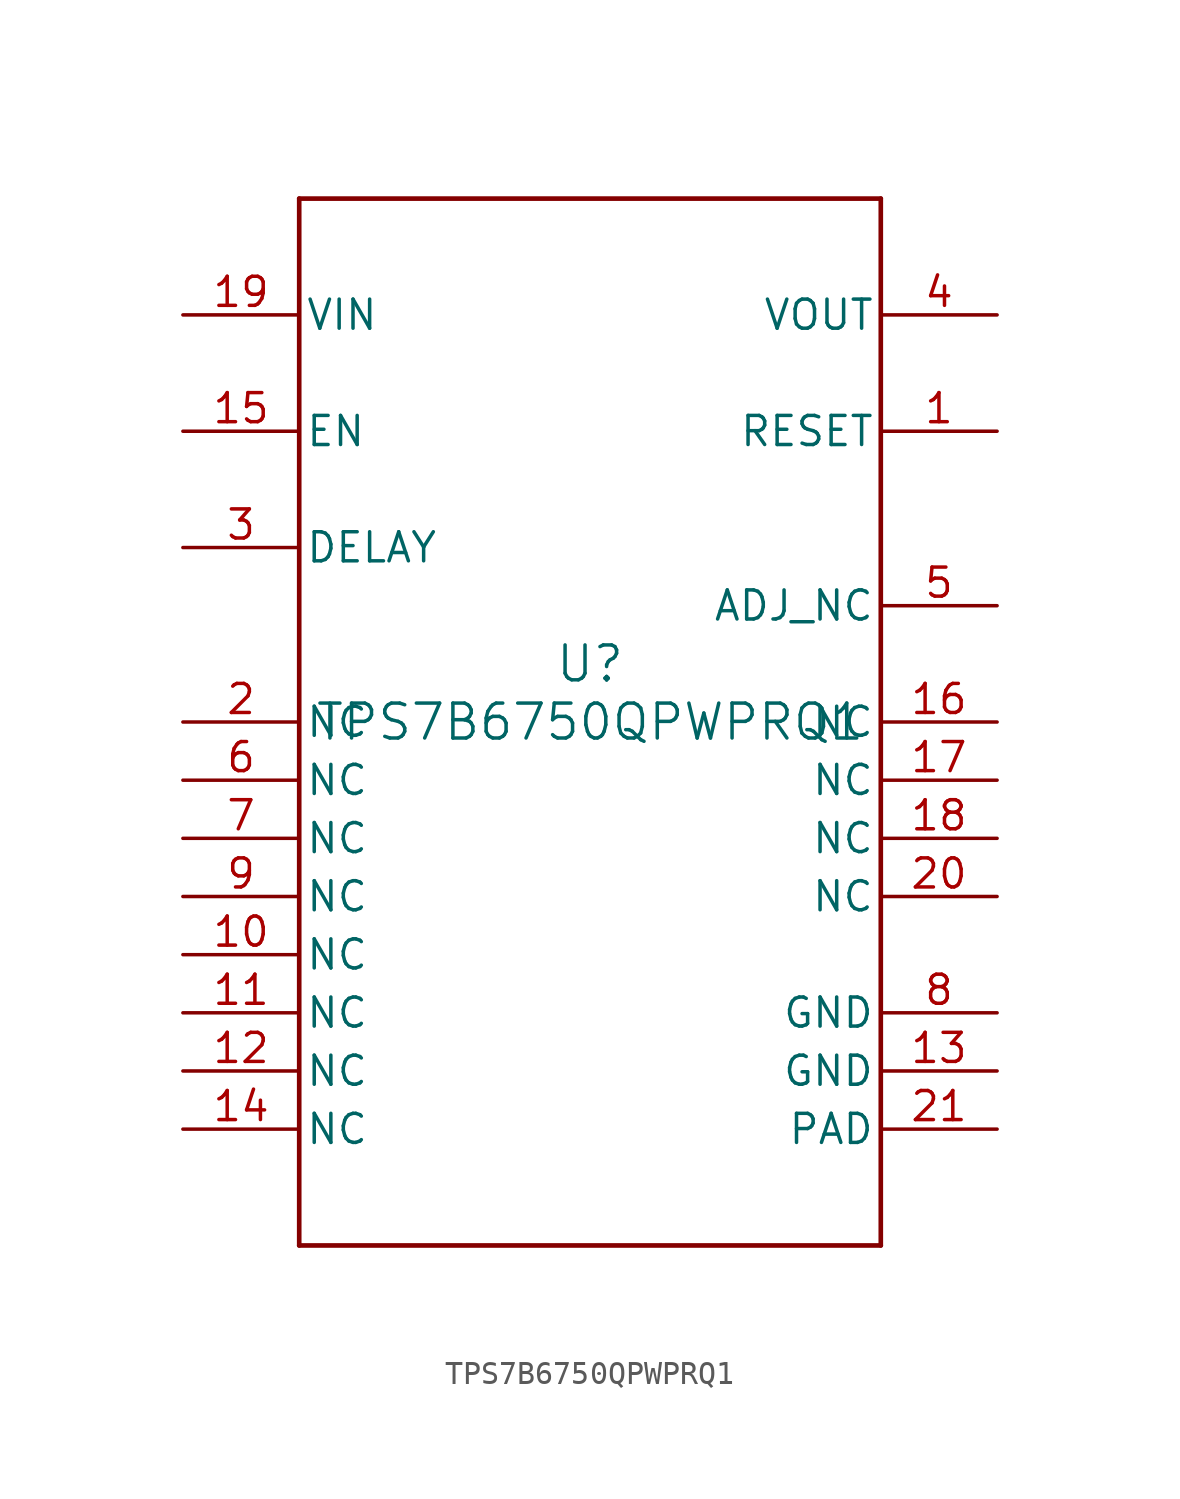
<source format=kicad_sym>
(kicad_symbol_lib
  (version 20211014)
  (generator kicad_symbol_editor)
  (symbol "TPS7B6750QPWPRQ1"
    (pin_names
      (offset 0.254))
    (property "Reference" "U"
      (at 0 2.54 0)
      (effects (font (size 1.524 1.524))))
    (property "Value" "TPS7B6750QPWPRQ1"
      (at 0 0 0)
      (effects (font (size 1.524 1.524))))
    (symbol "TPS7B6750QPWPRQ1_0_1"
      (polyline (pts (xy -12.7 -22.86) (xy 12.7 -22.86)) (stroke (width 0.203) (type default) (color 0 0 0 0)) (fill (type none)))
      (polyline (pts (xy 12.7 -22.86) (xy 12.7 22.86)) (stroke (width 0.203) (type default) (color 0 0 0 0)) (fill (type none)))
      (polyline (pts (xy 12.7 22.86) (xy -12.7 22.86)) (stroke (width 0.203) (type default) (color 0 0 0 0)) (fill (type none)))
      (polyline (pts (xy -12.7 22.86) (xy -12.7 -22.86)) (stroke (width 0.203) (type default) (color 0 0 0 0)) (fill (type none)))
      (pin output line (at 17.78 12.7 180) (length 5.08) (name "RESET" (effects (font (size 1.27 1.27)))) (number "1" (effects (font (size 1.27 1.27)))))
      (pin unspecified line (at -17.78 0 0) (length 5.08) (name "NC" (effects (font (size 1.27 1.27)))) (number "2" (effects (font (size 1.27 1.27)))))
      (pin output line (at -17.78 7.62 0) (length 5.08) (name "DELAY" (effects (font (size 1.27 1.27)))) (number "3" (effects (font (size 1.27 1.27)))))
      (pin power_in line (at 17.78 17.78 180) (length 5.08) (name "VOUT" (effects (font (size 1.27 1.27)))) (number "4" (effects (font (size 1.27 1.27)))))
      (pin input line (at 17.78 5.08 180) (length 5.08) (name "ADJ_NC" (effects (font (size 1.27 1.27)))) (number "5" (effects (font (size 1.27 1.27)))))
      (pin unspecified line (at -17.78 -2.54 0) (length 5.08) (name "NC" (effects (font (size 1.27 1.27)))) (number "6" (effects (font (size 1.27 1.27)))))
      (pin unspecified line (at -17.78 -5.08 0) (length 5.08) (name "NC" (effects (font (size 1.27 1.27)))) (number "7" (effects (font (size 1.27 1.27)))))
      (pin power_in line (at 17.78 -12.7 180) (length 5.08) (name "GND" (effects (font (size 1.27 1.27)))) (number "8" (effects (font (size 1.27 1.27)))))
      (pin unspecified line (at -17.78 -7.62 0) (length 5.08) (name "NC" (effects (font (size 1.27 1.27)))) (number "9" (effects (font (size 1.27 1.27)))))
      (pin unspecified line (at -17.78 -10.16 0) (length 5.08) (name "NC" (effects (font (size 1.27 1.27)))) (number "10" (effects (font (size 1.27 1.27)))))
      (pin unspecified line (at -17.78 -12.7 0) (length 5.08) (name "NC" (effects (font (size 1.27 1.27)))) (number "11" (effects (font (size 1.27 1.27)))))
      (pin unspecified line (at -17.78 -15.24 0) (length 5.08) (name "NC" (effects (font (size 1.27 1.27)))) (number "12" (effects (font (size 1.27 1.27)))))
      (pin power_in line (at 17.78 -15.24 180) (length 5.08) (name "GND" (effects (font (size 1.27 1.27)))) (number "13" (effects (font (size 1.27 1.27)))))
      (pin unspecified line (at -17.78 -17.78 0) (length 5.08) (name "NC" (effects (font (size 1.27 1.27)))) (number "14" (effects (font (size 1.27 1.27)))))
      (pin input line (at -17.78 12.7 0) (length 5.08) (name "EN" (effects (font (size 1.27 1.27)))) (number "15" (effects (font (size 1.27 1.27)))))
      (pin unspecified line (at 17.78 0 180) (length 5.08) (name "NC" (effects (font (size 1.27 1.27)))) (number "16" (effects (font (size 1.27 1.27)))))
      (pin unspecified line (at 17.78 -2.54 180) (length 5.08) (name "NC" (effects (font (size 1.27 1.27)))) (number "17" (effects (font (size 1.27 1.27)))))
      (pin unspecified line (at 17.78 -5.08 180) (length 5.08) (name "NC" (effects (font (size 1.27 1.27)))) (number "18" (effects (font (size 1.27 1.27)))))
      (pin power_in line (at -17.78 17.78 0) (length 5.08) (name "VIN" (effects (font (size 1.27 1.27)))) (number "19" (effects (font (size 1.27 1.27)))))
      (pin unspecified line (at 17.78 -7.62 180) (length 5.08) (name "NC" (effects (font (size 1.27 1.27)))) (number "20" (effects (font (size 1.27 1.27)))))
      (pin power_in line (at 17.78 -17.78 180) (length 5.08) (name "PAD" (effects (font (size 1.27 1.27)))) (number "21" (effects (font (size 1.27 1.27))))))))
</source>
